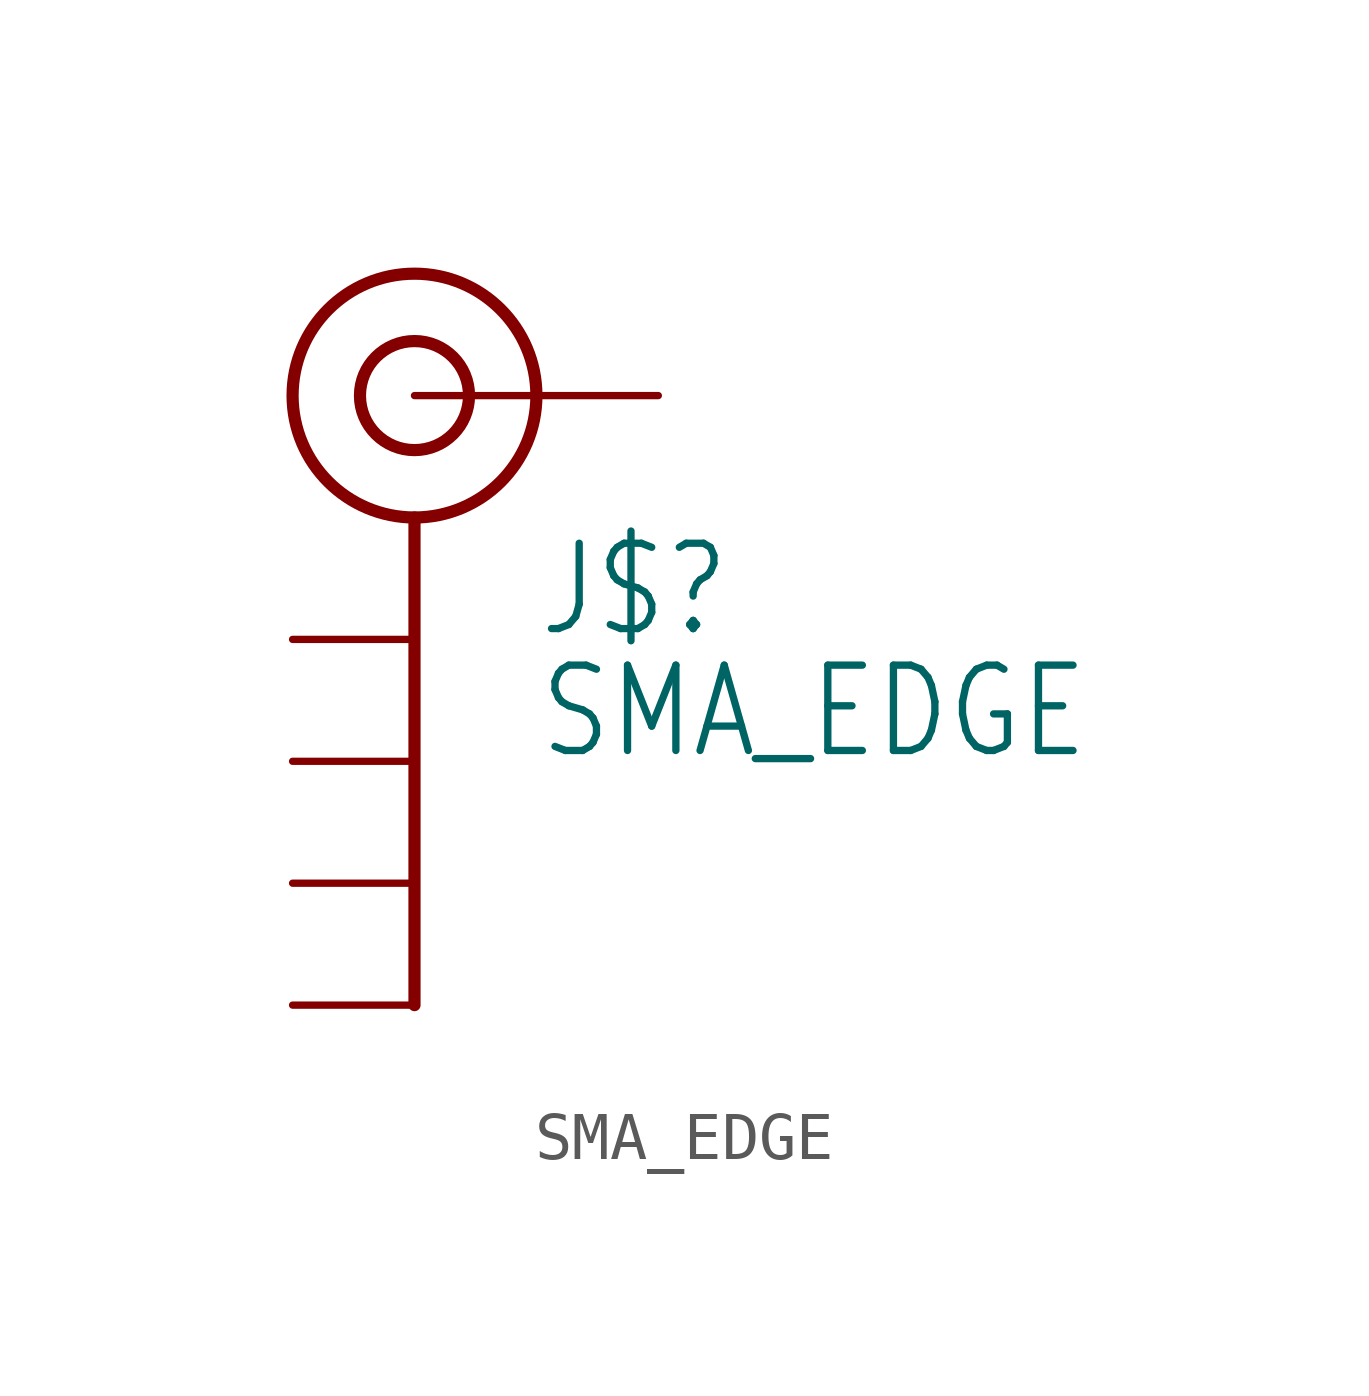
<source format=kicad_sym>
(kicad_symbol_lib
  (version 20211014)
  (generator kicad_symbol_editor)
  (symbol "SMA_EDGE"
    (property "Reference" "J$"
      (at 2.54 -5.08 0)
      (effects (font (size 1.778 1.511)) (justify left bottom)))
    (property "Value" "SMA_EDGE"
      (at 2.54 -7.62 0)
      (effects (font (size 1.778 1.511)) (justify left bottom)))
    (property "ki_locked" ""
      (at 0 0 0)
      (effects (font (size 1.27 1.27))))
    (symbol "SMA_EDGE_1_0"
      (polyline (pts (xy 0 -2.54) (xy 0 -12.7)) (stroke (width 0.254) (type default) (color 0 0 0 0)) (fill (type none)))
      (circle (center 0 0) (radius 1.136) (stroke (width 0.254) (type default) (color 0 0 0 0)) (fill (type none)))
      (circle (center 0 0) (radius 2.54) (stroke (width 0.254) (type default) (color 0 0 0 0)) (fill (type none)))
      (pin bidirectional line (at -2.54 -5.08 0) (length 2.54) (name "GND@0" (effects (font (size 0 0)))) (number "GND@0" (effects (font (size 0 0)))))
      (pin bidirectional line (at -2.54 -7.62 0) (length 2.54) (name "GND@1" (effects (font (size 0 0)))) (number "GND@1" (effects (font (size 0 0)))))
      (pin bidirectional line (at -2.54 -10.16 0) (length 2.54) (name "GND@2" (effects (font (size 0 0)))) (number "GND@2" (effects (font (size 0 0)))))
      (pin bidirectional line (at -2.54 -12.7 0) (length 2.54) (name "GND@3" (effects (font (size 0 0)))) (number "GND@3" (effects (font (size 0 0)))))
      (pin bidirectional line (at 5.08 0 180) (length 5.08) (name "SIGNAL" (effects (font (size 0 0)))) (number "SIG" (effects (font (size 0 0))))))))
</source>
